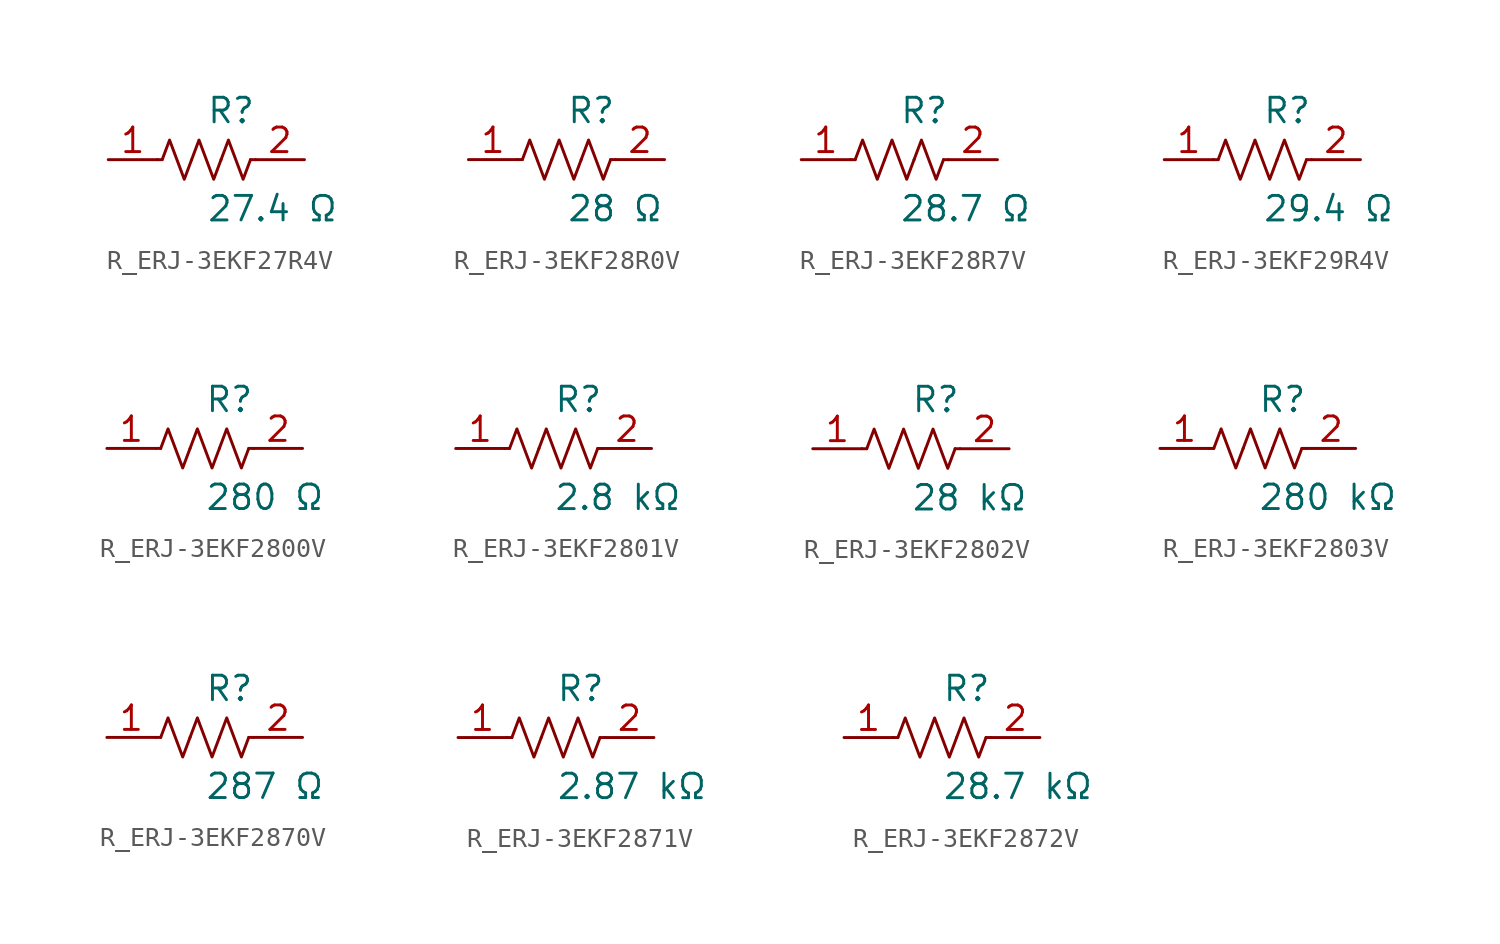
<source format=kicad_sym>
(kicad_symbol_lib
  (version 20231120)
  (generator kicad_symbol_editor)
  (generator_version 8.0)
  (symbol "R_ERJ-3EKF27R4V"
    (pin_names
      (offset 0.254))
    (property "Reference" "R"
      (at 0.0 2.54 0)
      (effects (font (size 1.27 1.27)) (justify left)))
    (property "Value" "27.4 Ω"
      (at 0.0 -2.54 0)
      (effects (font (size 1.27 1.27)) (justify left)))
    (symbol "R_ERJ-3EKF27R4V_0_1"
      (polyline (pts (xy 2.286 0) (xy 2.54 0)) (stroke (width 0) (type default)) (fill (type none)))
      (polyline (pts (xy -2.286 0) (xy -2.54 0)) (stroke (width 0) (type default)) (fill (type none)))
      (polyline (pts (xy 0.762 0) (xy 1.143 1.016) (xy 1.524 0) (xy 1.905 -1.016) (xy 2.286 0)) (stroke (width 0) (type default)) (fill (type none)))
      (polyline (pts (xy -0.762 0) (xy -0.381 1.016) (xy 0 0) (xy 0.381 -1.016) (xy 0.762 0)) (stroke (width 0) (type default)) (fill (type none)))
      (polyline (pts (xy -2.286 0) (xy -1.905 1.016) (xy -1.524 0) (xy -1.143 -1.016) (xy -0.762 0)) (stroke (width 0) (type default)) (fill (type none))))
    (pin unspecified line
      (at -5.08 0 0)
      (length 2.54)
      (name "" (effects (font (size 1.27 1.27))))
      (number "1" (effects (font (size 1.27 1.27)))))
    (pin unspecified line
      (at 5.08 0 180)
      (length 2.54)
      (name "" (effects (font (size 1.27 1.27))))
      (number "2" (effects (font (size 1.27 1.27))))))
  (symbol "R_ERJ-3EKF28R0V"
    (pin_names
      (offset 0.254))
    (property "Reference" "R"
      (at 0.0 2.54 0)
      (effects (font (size 1.27 1.27)) (justify left)))
    (property "Value" "28 Ω"
      (at 0.0 -2.54 0)
      (effects (font (size 1.27 1.27)) (justify left)))
    (symbol "R_ERJ-3EKF28R0V_0_1"
      (polyline (pts (xy 2.286 0) (xy 2.54 0)) (stroke (width 0) (type default)) (fill (type none)))
      (polyline (pts (xy -2.286 0) (xy -2.54 0)) (stroke (width 0) (type default)) (fill (type none)))
      (polyline (pts (xy 0.762 0) (xy 1.143 1.016) (xy 1.524 0) (xy 1.905 -1.016) (xy 2.286 0)) (stroke (width 0) (type default)) (fill (type none)))
      (polyline (pts (xy -0.762 0) (xy -0.381 1.016) (xy 0 0) (xy 0.381 -1.016) (xy 0.762 0)) (stroke (width 0) (type default)) (fill (type none)))
      (polyline (pts (xy -2.286 0) (xy -1.905 1.016) (xy -1.524 0) (xy -1.143 -1.016) (xy -0.762 0)) (stroke (width 0) (type default)) (fill (type none))))
    (pin unspecified line
      (at -5.08 0 0)
      (length 2.54)
      (name "" (effects (font (size 1.27 1.27))))
      (number "1" (effects (font (size 1.27 1.27)))))
    (pin unspecified line
      (at 5.08 0 180)
      (length 2.54)
      (name "" (effects (font (size 1.27 1.27))))
      (number "2" (effects (font (size 1.27 1.27))))))
  (symbol "R_ERJ-3EKF28R7V"
    (pin_names
      (offset 0.254))
    (property "Reference" "R"
      (at 0.0 2.54 0)
      (effects (font (size 1.27 1.27)) (justify left)))
    (property "Value" "28.7 Ω"
      (at 0.0 -2.54 0)
      (effects (font (size 1.27 1.27)) (justify left)))
    (symbol "R_ERJ-3EKF28R7V_0_1"
      (polyline (pts (xy 2.286 0) (xy 2.54 0)) (stroke (width 0) (type default)) (fill (type none)))
      (polyline (pts (xy -2.286 0) (xy -2.54 0)) (stroke (width 0) (type default)) (fill (type none)))
      (polyline (pts (xy 0.762 0) (xy 1.143 1.016) (xy 1.524 0) (xy 1.905 -1.016) (xy 2.286 0)) (stroke (width 0) (type default)) (fill (type none)))
      (polyline (pts (xy -0.762 0) (xy -0.381 1.016) (xy 0 0) (xy 0.381 -1.016) (xy 0.762 0)) (stroke (width 0) (type default)) (fill (type none)))
      (polyline (pts (xy -2.286 0) (xy -1.905 1.016) (xy -1.524 0) (xy -1.143 -1.016) (xy -0.762 0)) (stroke (width 0) (type default)) (fill (type none))))
    (pin unspecified line
      (at -5.08 0 0)
      (length 2.54)
      (name "" (effects (font (size 1.27 1.27))))
      (number "1" (effects (font (size 1.27 1.27)))))
    (pin unspecified line
      (at 5.08 0 180)
      (length 2.54)
      (name "" (effects (font (size 1.27 1.27))))
      (number "2" (effects (font (size 1.27 1.27))))))
  (symbol "R_ERJ-3EKF29R4V"
    (pin_names
      (offset 0.254))
    (property "Reference" "R"
      (at 0.0 2.54 0)
      (effects (font (size 1.27 1.27)) (justify left)))
    (property "Value" "29.4 Ω"
      (at 0.0 -2.54 0)
      (effects (font (size 1.27 1.27)) (justify left)))
    (symbol "R_ERJ-3EKF29R4V_0_1"
      (polyline (pts (xy 2.286 0) (xy 2.54 0)) (stroke (width 0) (type default)) (fill (type none)))
      (polyline (pts (xy -2.286 0) (xy -2.54 0)) (stroke (width 0) (type default)) (fill (type none)))
      (polyline (pts (xy 0.762 0) (xy 1.143 1.016) (xy 1.524 0) (xy 1.905 -1.016) (xy 2.286 0)) (stroke (width 0) (type default)) (fill (type none)))
      (polyline (pts (xy -0.762 0) (xy -0.381 1.016) (xy 0 0) (xy 0.381 -1.016) (xy 0.762 0)) (stroke (width 0) (type default)) (fill (type none)))
      (polyline (pts (xy -2.286 0) (xy -1.905 1.016) (xy -1.524 0) (xy -1.143 -1.016) (xy -0.762 0)) (stroke (width 0) (type default)) (fill (type none))))
    (pin unspecified line
      (at -5.08 0 0)
      (length 2.54)
      (name "" (effects (font (size 1.27 1.27))))
      (number "1" (effects (font (size 1.27 1.27)))))
    (pin unspecified line
      (at 5.08 0 180)
      (length 2.54)
      (name "" (effects (font (size 1.27 1.27))))
      (number "2" (effects (font (size 1.27 1.27))))))
  (symbol "R_ERJ-3EKF2800V"
    (pin_names
      (offset 0.254))
    (property "Reference" "R"
      (at 0.0 2.54 0)
      (effects (font (size 1.27 1.27)) (justify left)))
    (property "Value" "280 Ω"
      (at 0.0 -2.54 0)
      (effects (font (size 1.27 1.27)) (justify left)))
    (symbol "R_ERJ-3EKF2800V_0_1"
      (polyline (pts (xy 2.286 0) (xy 2.54 0)) (stroke (width 0) (type default)) (fill (type none)))
      (polyline (pts (xy -2.286 0) (xy -2.54 0)) (stroke (width 0) (type default)) (fill (type none)))
      (polyline (pts (xy 0.762 0) (xy 1.143 1.016) (xy 1.524 0) (xy 1.905 -1.016) (xy 2.286 0)) (stroke (width 0) (type default)) (fill (type none)))
      (polyline (pts (xy -0.762 0) (xy -0.381 1.016) (xy 0 0) (xy 0.381 -1.016) (xy 0.762 0)) (stroke (width 0) (type default)) (fill (type none)))
      (polyline (pts (xy -2.286 0) (xy -1.905 1.016) (xy -1.524 0) (xy -1.143 -1.016) (xy -0.762 0)) (stroke (width 0) (type default)) (fill (type none))))
    (pin unspecified line
      (at -5.08 0 0)
      (length 2.54)
      (name "" (effects (font (size 1.27 1.27))))
      (number "1" (effects (font (size 1.27 1.27)))))
    (pin unspecified line
      (at 5.08 0 180)
      (length 2.54)
      (name "" (effects (font (size 1.27 1.27))))
      (number "2" (effects (font (size 1.27 1.27))))))
  (symbol "R_ERJ-3EKF2801V"
    (pin_names
      (offset 0.254))
    (property "Reference" "R"
      (at 0.0 2.54 0)
      (effects (font (size 1.27 1.27)) (justify left)))
    (property "Value" "2.8 kΩ"
      (at 0.0 -2.54 0)
      (effects (font (size 1.27 1.27)) (justify left)))
    (symbol "R_ERJ-3EKF2801V_0_1"
      (polyline (pts (xy 2.286 0) (xy 2.54 0)) (stroke (width 0) (type default)) (fill (type none)))
      (polyline (pts (xy -2.286 0) (xy -2.54 0)) (stroke (width 0) (type default)) (fill (type none)))
      (polyline (pts (xy 0.762 0) (xy 1.143 1.016) (xy 1.524 0) (xy 1.905 -1.016) (xy 2.286 0)) (stroke (width 0) (type default)) (fill (type none)))
      (polyline (pts (xy -0.762 0) (xy -0.381 1.016) (xy 0 0) (xy 0.381 -1.016) (xy 0.762 0)) (stroke (width 0) (type default)) (fill (type none)))
      (polyline (pts (xy -2.286 0) (xy -1.905 1.016) (xy -1.524 0) (xy -1.143 -1.016) (xy -0.762 0)) (stroke (width 0) (type default)) (fill (type none))))
    (pin unspecified line
      (at -5.08 0 0)
      (length 2.54)
      (name "" (effects (font (size 1.27 1.27))))
      (number "1" (effects (font (size 1.27 1.27)))))
    (pin unspecified line
      (at 5.08 0 180)
      (length 2.54)
      (name "" (effects (font (size 1.27 1.27))))
      (number "2" (effects (font (size 1.27 1.27))))))
  (symbol "R_ERJ-3EKF2802V"
    (pin_names
      (offset 0.254))
    (property "Reference" "R"
      (at 0.0 2.54 0)
      (effects (font (size 1.27 1.27)) (justify left)))
    (property "Value" "28 kΩ"
      (at 0.0 -2.54 0)
      (effects (font (size 1.27 1.27)) (justify left)))
    (symbol "R_ERJ-3EKF2802V_0_1"
      (polyline (pts (xy 2.286 0) (xy 2.54 0)) (stroke (width 0) (type default)) (fill (type none)))
      (polyline (pts (xy -2.286 0) (xy -2.54 0)) (stroke (width 0) (type default)) (fill (type none)))
      (polyline (pts (xy 0.762 0) (xy 1.143 1.016) (xy 1.524 0) (xy 1.905 -1.016) (xy 2.286 0)) (stroke (width 0) (type default)) (fill (type none)))
      (polyline (pts (xy -0.762 0) (xy -0.381 1.016) (xy 0 0) (xy 0.381 -1.016) (xy 0.762 0)) (stroke (width 0) (type default)) (fill (type none)))
      (polyline (pts (xy -2.286 0) (xy -1.905 1.016) (xy -1.524 0) (xy -1.143 -1.016) (xy -0.762 0)) (stroke (width 0) (type default)) (fill (type none))))
    (pin unspecified line
      (at -5.08 0 0)
      (length 2.54)
      (name "" (effects (font (size 1.27 1.27))))
      (number "1" (effects (font (size 1.27 1.27)))))
    (pin unspecified line
      (at 5.08 0 180)
      (length 2.54)
      (name "" (effects (font (size 1.27 1.27))))
      (number "2" (effects (font (size 1.27 1.27))))))
  (symbol "R_ERJ-3EKF2803V"
    (pin_names
      (offset 0.254))
    (property "Reference" "R"
      (at 0.0 2.54 0)
      (effects (font (size 1.27 1.27)) (justify left)))
    (property "Value" "280 kΩ"
      (at 0.0 -2.54 0)
      (effects (font (size 1.27 1.27)) (justify left)))
    (symbol "R_ERJ-3EKF2803V_0_1"
      (polyline (pts (xy 2.286 0) (xy 2.54 0)) (stroke (width 0) (type default)) (fill (type none)))
      (polyline (pts (xy -2.286 0) (xy -2.54 0)) (stroke (width 0) (type default)) (fill (type none)))
      (polyline (pts (xy 0.762 0) (xy 1.143 1.016) (xy 1.524 0) (xy 1.905 -1.016) (xy 2.286 0)) (stroke (width 0) (type default)) (fill (type none)))
      (polyline (pts (xy -0.762 0) (xy -0.381 1.016) (xy 0 0) (xy 0.381 -1.016) (xy 0.762 0)) (stroke (width 0) (type default)) (fill (type none)))
      (polyline (pts (xy -2.286 0) (xy -1.905 1.016) (xy -1.524 0) (xy -1.143 -1.016) (xy -0.762 0)) (stroke (width 0) (type default)) (fill (type none))))
    (pin unspecified line
      (at -5.08 0 0)
      (length 2.54)
      (name "" (effects (font (size 1.27 1.27))))
      (number "1" (effects (font (size 1.27 1.27)))))
    (pin unspecified line
      (at 5.08 0 180)
      (length 2.54)
      (name "" (effects (font (size 1.27 1.27))))
      (number "2" (effects (font (size 1.27 1.27))))))
  (symbol "R_ERJ-3EKF2870V"
    (pin_names
      (offset 0.254))
    (property "Reference" "R"
      (at 0.0 2.54 0)
      (effects (font (size 1.27 1.27)) (justify left)))
    (property "Value" "287 Ω"
      (at 0.0 -2.54 0)
      (effects (font (size 1.27 1.27)) (justify left)))
    (symbol "R_ERJ-3EKF2870V_0_1"
      (polyline (pts (xy 2.286 0) (xy 2.54 0)) (stroke (width 0) (type default)) (fill (type none)))
      (polyline (pts (xy -2.286 0) (xy -2.54 0)) (stroke (width 0) (type default)) (fill (type none)))
      (polyline (pts (xy 0.762 0) (xy 1.143 1.016) (xy 1.524 0) (xy 1.905 -1.016) (xy 2.286 0)) (stroke (width 0) (type default)) (fill (type none)))
      (polyline (pts (xy -0.762 0) (xy -0.381 1.016) (xy 0 0) (xy 0.381 -1.016) (xy 0.762 0)) (stroke (width 0) (type default)) (fill (type none)))
      (polyline (pts (xy -2.286 0) (xy -1.905 1.016) (xy -1.524 0) (xy -1.143 -1.016) (xy -0.762 0)) (stroke (width 0) (type default)) (fill (type none))))
    (pin unspecified line
      (at -5.08 0 0)
      (length 2.54)
      (name "" (effects (font (size 1.27 1.27))))
      (number "1" (effects (font (size 1.27 1.27)))))
    (pin unspecified line
      (at 5.08 0 180)
      (length 2.54)
      (name "" (effects (font (size 1.27 1.27))))
      (number "2" (effects (font (size 1.27 1.27))))))
  (symbol "R_ERJ-3EKF2871V"
    (pin_names
      (offset 0.254))
    (property "Reference" "R"
      (at 0.0 2.54 0)
      (effects (font (size 1.27 1.27)) (justify left)))
    (property "Value" "2.87 kΩ"
      (at 0.0 -2.54 0)
      (effects (font (size 1.27 1.27)) (justify left)))
    (symbol "R_ERJ-3EKF2871V_0_1"
      (polyline (pts (xy 2.286 0) (xy 2.54 0)) (stroke (width 0) (type default)) (fill (type none)))
      (polyline (pts (xy -2.286 0) (xy -2.54 0)) (stroke (width 0) (type default)) (fill (type none)))
      (polyline (pts (xy 0.762 0) (xy 1.143 1.016) (xy 1.524 0) (xy 1.905 -1.016) (xy 2.286 0)) (stroke (width 0) (type default)) (fill (type none)))
      (polyline (pts (xy -0.762 0) (xy -0.381 1.016) (xy 0 0) (xy 0.381 -1.016) (xy 0.762 0)) (stroke (width 0) (type default)) (fill (type none)))
      (polyline (pts (xy -2.286 0) (xy -1.905 1.016) (xy -1.524 0) (xy -1.143 -1.016) (xy -0.762 0)) (stroke (width 0) (type default)) (fill (type none))))
    (pin unspecified line
      (at -5.08 0 0)
      (length 2.54)
      (name "" (effects (font (size 1.27 1.27))))
      (number "1" (effects (font (size 1.27 1.27)))))
    (pin unspecified line
      (at 5.08 0 180)
      (length 2.54)
      (name "" (effects (font (size 1.27 1.27))))
      (number "2" (effects (font (size 1.27 1.27))))))
  (symbol "R_ERJ-3EKF2872V"
    (pin_names
      (offset 0.254))
    (property "Reference" "R"
      (at 0.0 2.54 0)
      (effects (font (size 1.27 1.27)) (justify left)))
    (property "Value" "28.7 kΩ"
      (at 0.0 -2.54 0)
      (effects (font (size 1.27 1.27)) (justify left)))
    (symbol "R_ERJ-3EKF2872V_0_1"
      (polyline (pts (xy 2.286 0) (xy 2.54 0)) (stroke (width 0) (type default)) (fill (type none)))
      (polyline (pts (xy -2.286 0) (xy -2.54 0)) (stroke (width 0) (type default)) (fill (type none)))
      (polyline (pts (xy 0.762 0) (xy 1.143 1.016) (xy 1.524 0) (xy 1.905 -1.016) (xy 2.286 0)) (stroke (width 0) (type default)) (fill (type none)))
      (polyline (pts (xy -0.762 0) (xy -0.381 1.016) (xy 0 0) (xy 0.381 -1.016) (xy 0.762 0)) (stroke (width 0) (type default)) (fill (type none)))
      (polyline (pts (xy -2.286 0) (xy -1.905 1.016) (xy -1.524 0) (xy -1.143 -1.016) (xy -0.762 0)) (stroke (width 0) (type default)) (fill (type none))))
    (pin unspecified line
      (at -5.08 0 0)
      (length 2.54)
      (name "" (effects (font (size 1.27 1.27))))
      (number "1" (effects (font (size 1.27 1.27)))))
    (pin unspecified line
      (at 5.08 0 180)
      (length 2.54)
      (name "" (effects (font (size 1.27 1.27))))
      (number "2" (effects (font (size 1.27 1.27)))))))
</source>
